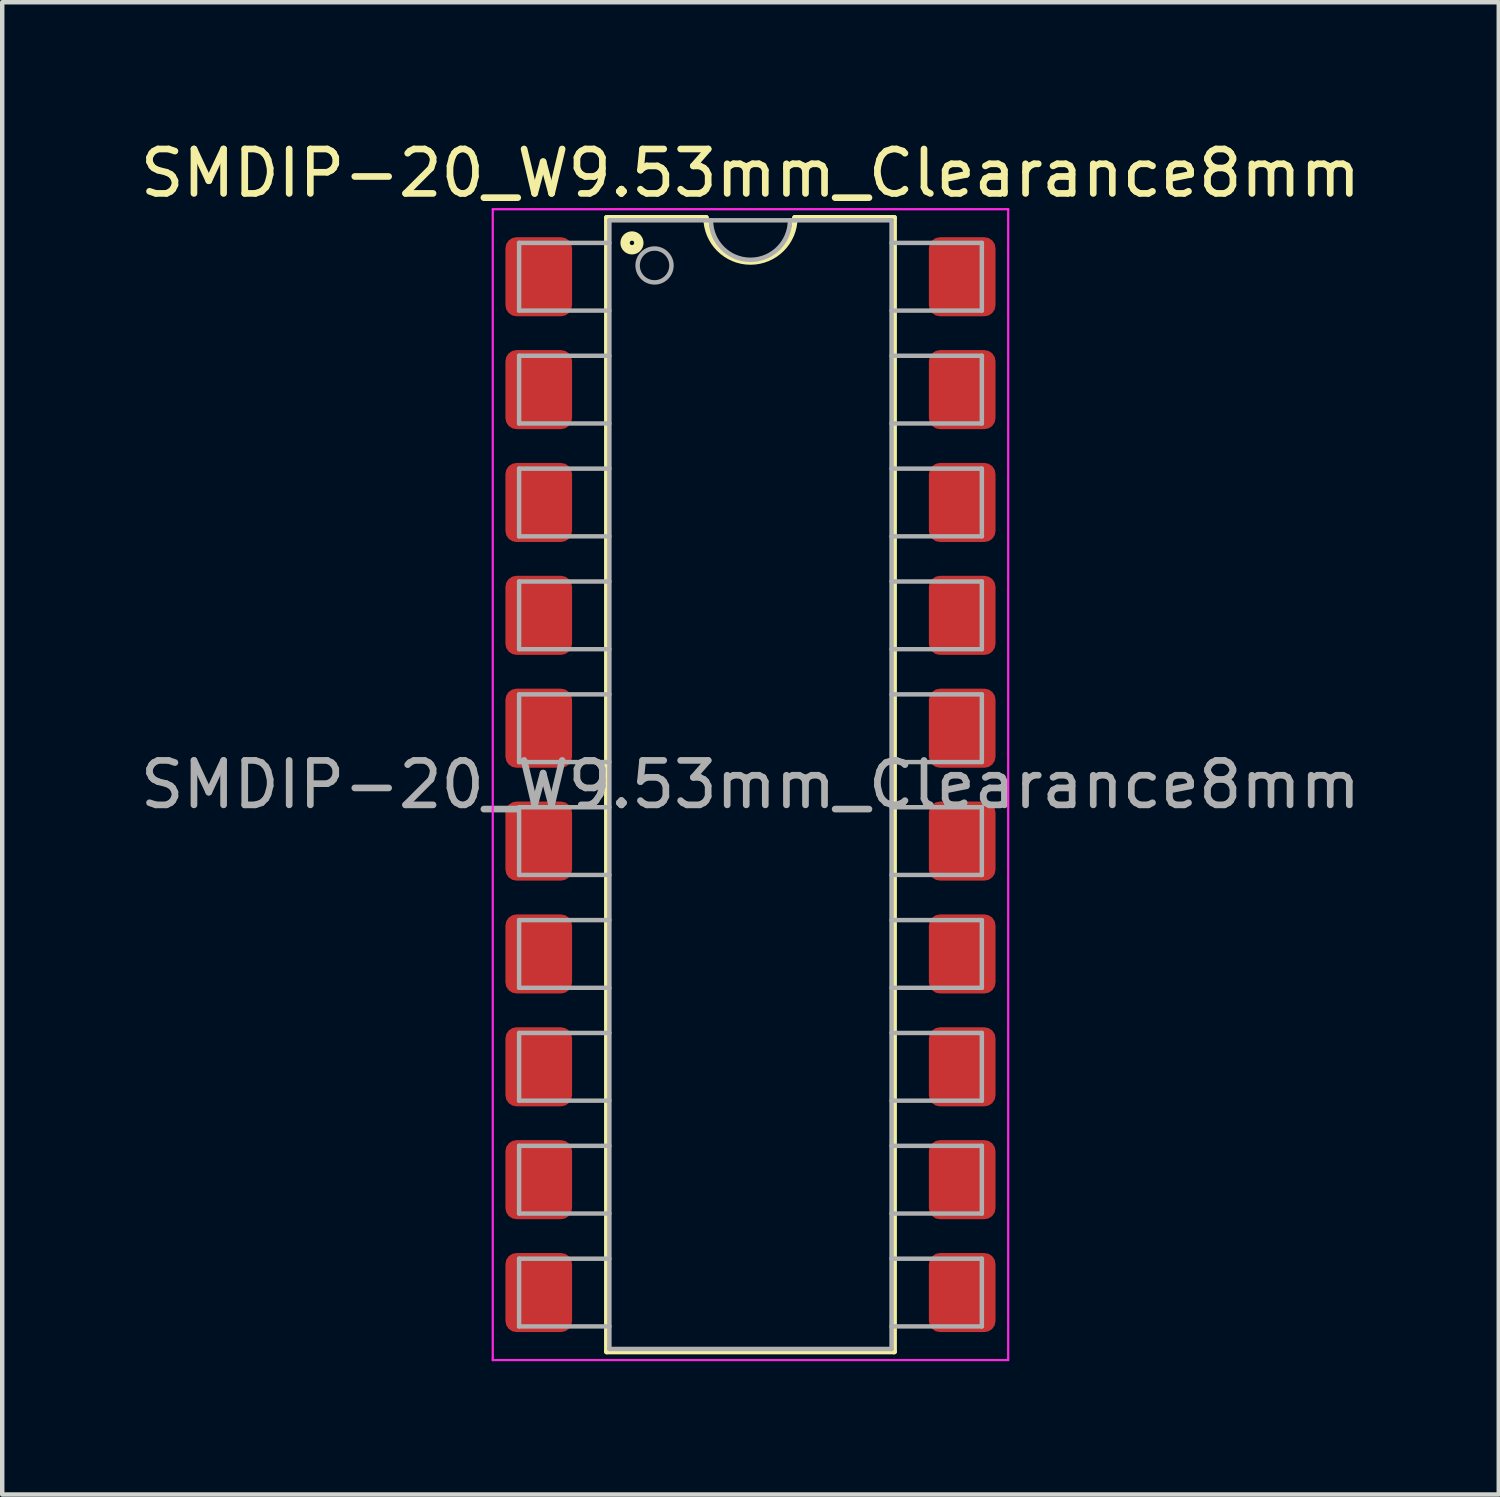
<source format=kicad_pcb>
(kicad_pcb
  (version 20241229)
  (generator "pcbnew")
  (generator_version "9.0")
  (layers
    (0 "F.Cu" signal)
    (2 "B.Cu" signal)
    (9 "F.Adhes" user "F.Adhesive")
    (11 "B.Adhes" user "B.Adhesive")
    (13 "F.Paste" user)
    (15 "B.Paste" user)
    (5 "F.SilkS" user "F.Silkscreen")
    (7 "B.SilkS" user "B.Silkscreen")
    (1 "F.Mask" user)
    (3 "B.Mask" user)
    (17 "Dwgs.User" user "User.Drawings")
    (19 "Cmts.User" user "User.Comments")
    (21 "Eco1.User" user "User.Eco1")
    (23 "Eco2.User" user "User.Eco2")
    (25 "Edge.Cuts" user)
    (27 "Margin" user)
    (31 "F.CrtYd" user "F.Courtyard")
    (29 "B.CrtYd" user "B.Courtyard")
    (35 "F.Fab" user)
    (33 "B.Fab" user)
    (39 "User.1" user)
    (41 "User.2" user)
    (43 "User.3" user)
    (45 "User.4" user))
  (footprint "SMDIP-20_W9.53mm_Clearance8mm"
    (layer "F.Cu")
    (at 13.839 14.608)
    (property "Reference" "SMDIP-20_W9.53mm_Clearance8mm" (at 0 -13.76 0) (layer "F.SilkS") (effects (font (size 1 1) (thickness 0.15))))
    (attr smd)
    (fp_line (start -3.235 -12.76) (end -3.235 12.76) (stroke (width 0.12) (type solid)) (layer "F.SilkS"))
    (fp_line (start -3.235 12.76) (end 3.235 12.76) (stroke (width 0.12) (type solid)) (layer "F.SilkS"))
    (fp_line (start -1 -12.76) (end -3.235 -12.76) (stroke (width 0.12) (type solid)) (layer "F.SilkS"))
    (fp_line (start 3.235 -12.76) (end 1 -12.76) (stroke (width 0.12) (type solid)) (layer "F.SilkS"))
    (fp_line (start 3.235 12.76) (end 3.235 -12.76) (stroke (width 0.12) (type solid)) (layer "F.SilkS"))
    (fp_arc (start 1 -12.76) (mid 0 -11.76) (end -1 -12.76) (stroke (width 0.12) (type solid)) (layer "F.SilkS"))
    (fp_circle (center -2.667 -12.192) (end -2.617 -12.192) (stroke (width 0.12) (type solid)) (fill no) (layer "F.SilkS"))
    (fp_circle (center -2.667 -12.192) (end -2.542 -12.192) (stroke (width 0.12) (type solid)) (fill no) (layer "F.SilkS"))
    (fp_circle (center -2.667 -12.192) (end -2.467 -12.192) (stroke (width 0.12) (type solid)) (fill no) (layer "F.SilkS"))
    (fp_line (start -5.8 -12.95) (end -5.8 12.95) (stroke (width 0.05) (type solid)) (layer "F.CrtYd"))
    (fp_line (start -5.8 12.95) (end 5.8 12.95) (stroke (width 0.05) (type solid)) (layer "F.CrtYd"))
    (fp_line (start 5.8 -12.95) (end -5.8 -12.95) (stroke (width 0.05) (type solid)) (layer "F.CrtYd"))
    (fp_line (start 5.8 12.95) (end 5.8 -12.95) (stroke (width 0.05) (type solid)) (layer "F.CrtYd"))
    (fp_line (start -5.207 -12.192) (end -5.207 -10.668) (stroke (width 0.1) (type solid)) (layer "F.Fab"))
    (fp_line (start -5.207 -12.192) (end -3.175 -12.192) (stroke (width 0.1) (type solid)) (layer "F.Fab"))
    (fp_line (start -5.207 -10.668) (end -3.175 -10.668) (stroke (width 0.1) (type solid)) (layer "F.Fab"))
    (fp_line (start -5.207 -9.652) (end -5.207 -8.128) (stroke (width 0.1) (type solid)) (layer "F.Fab"))
    (fp_line (start -5.207 -9.652) (end -3.175 -9.652) (stroke (width 0.1) (type solid)) (layer "F.Fab"))
    (fp_line (start -5.207 -8.128) (end -3.175 -8.128) (stroke (width 0.1) (type solid)) (layer "F.Fab"))
    (fp_line (start -5.207 -7.112) (end -5.207 -5.588) (stroke (width 0.1) (type solid)) (layer "F.Fab"))
    (fp_line (start -5.207 -7.112) (end -3.175 -7.112) (stroke (width 0.1) (type solid)) (layer "F.Fab"))
    (fp_line (start -5.207 -5.588) (end -3.175 -5.588) (stroke (width 0.1) (type solid)) (layer "F.Fab"))
    (fp_line (start -5.207 -4.572) (end -5.207 -3.048) (stroke (width 0.1) (type solid)) (layer "F.Fab"))
    (fp_line (start -5.207 -4.572) (end -3.175 -4.572) (stroke (width 0.1) (type solid)) (layer "F.Fab"))
    (fp_line (start -5.207 -3.048) (end -3.175 -3.048) (stroke (width 0.1) (type solid)) (layer "F.Fab"))
    (fp_line (start -5.207 -2.032) (end -5.207 -0.508) (stroke (width 0.1) (type solid)) (layer "F.Fab"))
    (fp_line (start -5.207 -2.032) (end -3.175 -2.032) (stroke (width 0.1) (type solid)) (layer "F.Fab"))
    (fp_line (start -5.207 -0.508) (end -3.175 -0.508) (stroke (width 0.1) (type solid)) (layer "F.Fab"))
    (fp_line (start -5.207 0.508) (end -5.207 2.032) (stroke (width 0.1) (type solid)) (layer "F.Fab"))
    (fp_line (start -5.207 0.508) (end -3.175 0.508) (stroke (width 0.1) (type solid)) (layer "F.Fab"))
    (fp_line (start -5.207 2.032) (end -3.175 2.032) (stroke (width 0.1) (type solid)) (layer "F.Fab"))
    (fp_line (start -5.207 3.048) (end -5.207 4.572) (stroke (width 0.1) (type solid)) (layer "F.Fab"))
    (fp_line (start -5.207 3.048) (end -3.175 3.048) (stroke (width 0.1) (type solid)) (layer "F.Fab"))
    (fp_line (start -5.207 4.572) (end -3.175 4.572) (stroke (width 0.1) (type solid)) (layer "F.Fab"))
    (fp_line (start -5.207 5.588) (end -5.207 7.112) (stroke (width 0.1) (type solid)) (layer "F.Fab"))
    (fp_line (start -5.207 5.588) (end -3.175 5.588) (stroke (width 0.1) (type solid)) (layer "F.Fab"))
    (fp_line (start -5.207 7.112) (end -3.175 7.112) (stroke (width 0.1) (type solid)) (layer "F.Fab"))
    (fp_line (start -5.207 8.128) (end -5.207 9.652) (stroke (width 0.1) (type solid)) (layer "F.Fab"))
    (fp_line (start -5.207 8.128) (end -3.175 8.128) (stroke (width 0.1) (type solid)) (layer "F.Fab"))
    (fp_line (start -5.207 9.652) (end -3.175 9.652) (stroke (width 0.1) (type solid)) (layer "F.Fab"))
    (fp_line (start -5.207 10.668) (end -5.207 12.192) (stroke (width 0.1) (type solid)) (layer "F.Fab"))
    (fp_line (start -5.207 10.668) (end -3.175 10.668) (stroke (width 0.1) (type solid)) (layer "F.Fab"))
    (fp_line (start -5.207 12.192) (end -3.175 12.192) (stroke (width 0.1) (type solid)) (layer "F.Fab"))
    (fp_line (start -3.175 -12.7) (end 3.175 -12.7) (stroke (width 0.1) (type solid)) (layer "F.Fab"))
    (fp_line (start -3.175 12.7) (end -3.175 -12.7) (stroke (width 0.1) (type solid)) (layer "F.Fab"))
    (fp_line (start 3.175 -12.7) (end 3.175 12.7) (stroke (width 0.1) (type solid)) (layer "F.Fab"))
    (fp_line (start 3.175 12.7) (end -3.175 12.7) (stroke (width 0.1) (type solid)) (layer "F.Fab"))
    (fp_line (start 5.207 -12.192) (end 3.175 -12.192) (stroke (width 0.1) (type solid)) (layer "F.Fab"))
    (fp_line (start 5.207 -10.668) (end 3.175 -10.668) (stroke (width 0.1) (type solid)) (layer "F.Fab"))
    (fp_line (start 5.207 -10.668) (end 5.207 -12.192) (stroke (width 0.1) (type solid)) (layer "F.Fab"))
    (fp_line (start 5.207 -9.652) (end 3.175 -9.652) (stroke (width 0.1) (type solid)) (layer "F.Fab"))
    (fp_line (start 5.207 -8.128) (end 3.175 -8.128) (stroke (width 0.1) (type solid)) (layer "F.Fab"))
    (fp_line (start 5.207 -8.128) (end 5.207 -9.652) (stroke (width 0.1) (type solid)) (layer "F.Fab"))
    (fp_line (start 5.207 -7.112) (end 3.175 -7.112) (stroke (width 0.1) (type solid)) (layer "F.Fab"))
    (fp_line (start 5.207 -5.588) (end 3.175 -5.588) (stroke (width 0.1) (type solid)) (layer "F.Fab"))
    (fp_line (start 5.207 -5.588) (end 5.207 -7.112) (stroke (width 0.1) (type solid)) (layer "F.Fab"))
    (fp_line (start 5.207 -4.572) (end 3.175 -4.572) (stroke (width 0.1) (type solid)) (layer "F.Fab"))
    (fp_line (start 5.207 -3.048) (end 3.175 -3.048) (stroke (width 0.1) (type solid)) (layer "F.Fab"))
    (fp_line (start 5.207 -3.048) (end 5.207 -4.572) (stroke (width 0.1) (type solid)) (layer "F.Fab"))
    (fp_line (start 5.207 -2.032) (end 3.175 -2.032) (stroke (width 0.1) (type solid)) (layer "F.Fab"))
    (fp_line (start 5.207 -0.508) (end 3.175 -0.508) (stroke (width 0.1) (type solid)) (layer "F.Fab"))
    (fp_line (start 5.207 -0.508) (end 5.207 -2.032) (stroke (width 0.1) (type solid)) (layer "F.Fab"))
    (fp_line (start 5.207 0.508) (end 3.175 0.508) (stroke (width 0.1) (type solid)) (layer "F.Fab"))
    (fp_line (start 5.207 2.032) (end 3.175 2.032) (stroke (width 0.1) (type solid)) (layer "F.Fab"))
    (fp_line (start 5.207 2.032) (end 5.207 0.508) (stroke (width 0.1) (type solid)) (layer "F.Fab"))
    (fp_line (start 5.207 3.048) (end 3.175 3.048) (stroke (width 0.1) (type solid)) (layer "F.Fab"))
    (fp_line (start 5.207 4.572) (end 3.175 4.572) (stroke (width 0.1) (type solid)) (layer "F.Fab"))
    (fp_line (start 5.207 4.572) (end 5.207 3.048) (stroke (width 0.1) (type solid)) (layer "F.Fab"))
    (fp_line (start 5.207 5.588) (end 3.175 5.588) (stroke (width 0.1) (type solid)) (layer "F.Fab"))
    (fp_line (start 5.207 7.112) (end 3.175 7.112) (stroke (width 0.1) (type solid)) (layer "F.Fab"))
    (fp_line (start 5.207 7.112) (end 5.207 5.588) (stroke (width 0.1) (type solid)) (layer "F.Fab"))
    (fp_line (start 5.207 8.128) (end 3.175 8.128) (stroke (width 0.1) (type solid)) (layer "F.Fab"))
    (fp_line (start 5.207 9.652) (end 3.175 9.652) (stroke (width 0.1) (type solid)) (layer "F.Fab"))
    (fp_line (start 5.207 9.652) (end 5.207 8.128) (stroke (width 0.1) (type solid)) (layer "F.Fab"))
    (fp_line (start 5.207 10.668) (end 3.175 10.668) (stroke (width 0.1) (type solid)) (layer "F.Fab"))
    (fp_line (start 5.207 12.192) (end 3.175 12.192) (stroke (width 0.1) (type solid)) (layer "F.Fab"))
    (fp_line (start 5.207 12.192) (end 5.207 10.668) (stroke (width 0.1) (type solid)) (layer "F.Fab"))
    (fp_arc (start 0.889 -12.7) (mid 0 -11.811) (end -0.889 -12.7) (stroke (width 0.1) (type solid)) (layer "F.Fab"))
    (fp_circle (center -2.159 -11.684) (end -1.778 -11.684) (stroke (width 0.1) (type solid)) (fill no) (layer "F.Fab"))
    (fp_text user "${REFERENCE}" (at 0 0 0) (layer "F.Fab") (effects (font (size 1 1) (thickness 0.15))))
    (pad "1" smd roundrect (at -4.765 -11.43) (size 1.5 1.78) (layers "F.Cu" "F.Mask" "F.Paste") (roundrect_rratio 0.167))
    (pad "2" smd roundrect (at -4.765 -8.89) (size 1.5 1.78) (layers "F.Cu" "F.Mask" "F.Paste") (roundrect_rratio 0.167))
    (pad "3" smd roundrect (at -4.765 -6.35) (size 1.5 1.78) (layers "F.Cu" "F.Mask" "F.Paste") (roundrect_rratio 0.167))
    (pad "4" smd roundrect (at -4.765 -3.81) (size 1.5 1.78) (layers "F.Cu" "F.Mask" "F.Paste") (roundrect_rratio 0.167))
    (pad "5" smd roundrect (at -4.765 -1.27) (size 1.5 1.78) (layers "F.Cu" "F.Mask" "F.Paste") (roundrect_rratio 0.167))
    (pad "6" smd roundrect (at -4.765 1.27) (size 1.5 1.78) (layers "F.Cu" "F.Mask" "F.Paste") (roundrect_rratio 0.167))
    (pad "7" smd roundrect (at -4.765 3.81) (size 1.5 1.78) (layers "F.Cu" "F.Mask" "F.Paste") (roundrect_rratio 0.167))
    (pad "8" smd roundrect (at -4.765 6.35) (size 1.5 1.78) (layers "F.Cu" "F.Mask" "F.Paste") (roundrect_rratio 0.167))
    (pad "9" smd roundrect (at -4.765 8.89) (size 1.5 1.78) (layers "F.Cu" "F.Mask" "F.Paste") (roundrect_rratio 0.167))
    (pad "10" smd roundrect (at -4.765 11.43) (size 1.5 1.78) (layers "F.Cu" "F.Mask" "F.Paste") (roundrect_rratio 0.167))
    (pad "11" smd roundrect (at 4.765 11.43) (size 1.5 1.78) (layers "F.Cu" "F.Mask" "F.Paste") (roundrect_rratio 0.167))
    (pad "12" smd roundrect (at 4.765 8.89) (size 1.5 1.78) (layers "F.Cu" "F.Mask" "F.Paste") (roundrect_rratio 0.167))
    (pad "13" smd roundrect (at 4.765 6.35) (size 1.5 1.78) (layers "F.Cu" "F.Mask" "F.Paste") (roundrect_rratio 0.167))
    (pad "14" smd roundrect (at 4.765 3.81) (size 1.5 1.78) (layers "F.Cu" "F.Mask" "F.Paste") (roundrect_rratio 0.167))
    (pad "15" smd roundrect (at 4.765 1.27) (size 1.5 1.78) (layers "F.Cu" "F.Mask" "F.Paste") (roundrect_rratio 0.167))
    (pad "16" smd roundrect (at 4.765 -1.27) (size 1.5 1.78) (layers "F.Cu" "F.Mask" "F.Paste") (roundrect_rratio 0.167))
    (pad "17" smd roundrect (at 4.765 -3.81) (size 1.5 1.78) (layers "F.Cu" "F.Mask" "F.Paste") (roundrect_rratio 0.167))
    (pad "18" smd roundrect (at 4.765 -6.35) (size 1.5 1.78) (layers "F.Cu" "F.Mask" "F.Paste") (roundrect_rratio 0.167))
    (pad "19" smd roundrect (at 4.765 -8.89) (size 1.5 1.78) (layers "F.Cu" "F.Mask" "F.Paste") (roundrect_rratio 0.167))
    (pad "20" smd roundrect (at 4.765 -11.43) (size 1.5 1.78) (layers "F.Cu" "F.Mask" "F.Paste") (roundrect_rratio 0.167)))
  (gr_rect
    (start -3 -3)
    (end 30.679 30.583)
    (stroke (width 0.1) (type default))
    (fill no)
    (layer "Edge.Cuts")))
</source>
